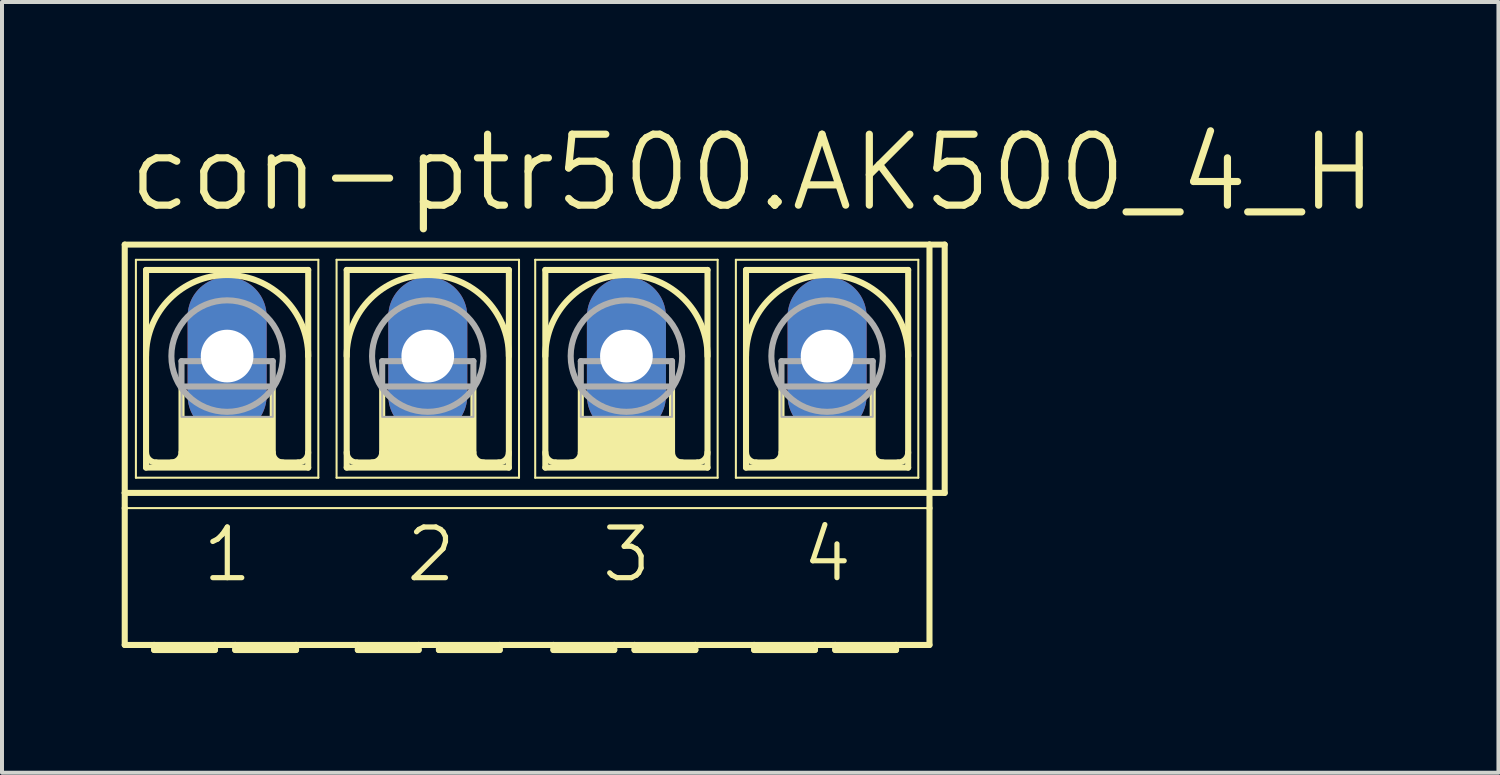
<source format=kicad_pcb>
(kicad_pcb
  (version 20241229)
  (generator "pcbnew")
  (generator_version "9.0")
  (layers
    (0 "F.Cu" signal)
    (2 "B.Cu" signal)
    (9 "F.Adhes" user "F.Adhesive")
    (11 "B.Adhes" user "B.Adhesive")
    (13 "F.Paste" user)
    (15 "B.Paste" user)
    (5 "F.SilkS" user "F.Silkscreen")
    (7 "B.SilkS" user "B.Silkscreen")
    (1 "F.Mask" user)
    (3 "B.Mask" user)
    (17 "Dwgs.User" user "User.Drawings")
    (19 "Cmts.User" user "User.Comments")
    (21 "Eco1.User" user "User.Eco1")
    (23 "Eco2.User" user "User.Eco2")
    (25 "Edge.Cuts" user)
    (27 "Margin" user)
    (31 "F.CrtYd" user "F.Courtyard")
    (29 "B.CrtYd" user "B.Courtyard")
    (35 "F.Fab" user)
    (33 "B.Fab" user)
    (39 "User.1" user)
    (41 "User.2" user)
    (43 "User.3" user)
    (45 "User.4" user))
  (footprint "con-ptr500.AK500_4_H"
    (layer "F.Cu")
    (at 10.16 5.874)
    (property "Reference" "con-ptr500.AK500_4_H" (at -10.084 -3.556 0) (layer "F.SilkS") (effects (font (size 1.778 1.778) (thickness 0.18)) (justify left bottom)))
    (attr through_hole)
    (fp_line (start -10.084 3.429) (end -10.084 -2.794) (stroke (width 0.152) (type default)) (layer "F.SilkS"))
    (fp_line (start -10.084 3.429) (end 10.084 3.429) (stroke (width 0.152) (type default)) (layer "F.SilkS"))
    (fp_line (start -10.084 3.81) (end -10.084 3.429) (stroke (width 0.152) (type default)) (layer "F.SilkS"))
    (fp_line (start -10.084 7.239) (end -10.084 3.81) (stroke (width 0.152) (type default)) (layer "F.SilkS"))
    (fp_line (start -10.084 7.239) (end -9.347 7.239) (stroke (width 0.152) (type default)) (layer "F.SilkS"))
    (fp_line (start -9.804 -2.413) (end -9.804 3.048) (stroke (width 0.051) (type default)) (layer "F.SilkS"))
    (fp_line (start -9.804 -2.413) (end -5.232 -2.413) (stroke (width 0.051) (type default)) (layer "F.SilkS"))
    (fp_line (start -9.55 2.794) (end -9.55 -2.159) (stroke (width 0.152) (type default)) (layer "F.SilkS"))
    (fp_line (start -9.55 2.794) (end -5.486 2.794) (stroke (width 0.152) (type default)) (layer "F.SilkS"))
    (fp_line (start -9.347 7.239) (end -7.823 7.239) (stroke (width 0.152) (type default)) (layer "F.SilkS"))
    (fp_line (start -9.347 7.366) (end -9.347 7.239) (stroke (width 0.152) (type default)) (layer "F.SilkS"))
    (fp_line (start -9.347 7.366) (end -7.823 7.366) (stroke (width 0.152) (type default)) (layer "F.SilkS"))
    (fp_line (start -8.661 0.762) (end -8.661 2.413) (stroke (width 0.152) (type default)) (layer "F.SilkS"))
    (fp_line (start -7.823 7.239) (end -7.823 7.366) (stroke (width 0.152) (type default)) (layer "F.SilkS"))
    (fp_line (start -7.823 7.239) (end -7.315 7.239) (stroke (width 0.152) (type default)) (layer "F.SilkS"))
    (fp_line (start -7.315 7.239) (end -5.791 7.239) (stroke (width 0.152) (type default)) (layer "F.SilkS"))
    (fp_line (start -7.315 7.366) (end -7.315 7.239) (stroke (width 0.152) (type default)) (layer "F.SilkS"))
    (fp_line (start -7.315 7.366) (end -5.791 7.366) (stroke (width 0.152) (type default)) (layer "F.SilkS"))
    (fp_line (start -6.375 0.762) (end -6.375 2.413) (stroke (width 0.152) (type default)) (layer "F.SilkS"))
    (fp_line (start -5.791 7.239) (end -4.242 7.239) (stroke (width 0.152) (type default)) (layer "F.SilkS"))
    (fp_line (start -5.791 7.366) (end -5.791 7.239) (stroke (width 0.152) (type default)) (layer "F.SilkS"))
    (fp_line (start -5.74 2.667) (end -9.296 2.667) (stroke (width 0.152) (type default)) (layer "F.SilkS"))
    (fp_line (start -5.486 -2.159) (end -9.55 -2.159) (stroke (width 0.152) (type default)) (layer "F.SilkS"))
    (fp_line (start -5.486 -2.159) (end -5.486 2.794) (stroke (width 0.152) (type default)) (layer "F.SilkS"))
    (fp_line (start -5.232 -2.413) (end -5.232 3.048) (stroke (width 0.051) (type default)) (layer "F.SilkS"))
    (fp_line (start -5.232 3.048) (end -9.804 3.048) (stroke (width 0.051) (type default)) (layer "F.SilkS"))
    (fp_line (start -4.775 -2.413) (end -4.775 3.048) (stroke (width 0.051) (type default)) (layer "F.SilkS"))
    (fp_line (start -4.775 -2.413) (end -0.203 -2.413) (stroke (width 0.051) (type default)) (layer "F.SilkS"))
    (fp_line (start -4.521 -2.159) (end -4.521 2.794) (stroke (width 0.152) (type default)) (layer "F.SilkS"))
    (fp_line (start -4.521 2.794) (end -0.457 2.794) (stroke (width 0.152) (type default)) (layer "F.SilkS"))
    (fp_line (start -4.242 7.239) (end -2.718 7.239) (stroke (width 0.152) (type default)) (layer "F.SilkS"))
    (fp_line (start -4.242 7.366) (end -4.242 7.239) (stroke (width 0.152) (type default)) (layer "F.SilkS"))
    (fp_line (start -4.242 7.366) (end -2.718 7.366) (stroke (width 0.152) (type default)) (layer "F.SilkS"))
    (fp_line (start -3.632 0.762) (end -3.632 2.413) (stroke (width 0.152) (type default)) (layer "F.SilkS"))
    (fp_line (start -2.718 7.239) (end -2.718 7.366) (stroke (width 0.152) (type default)) (layer "F.SilkS"))
    (fp_line (start -2.718 7.239) (end -2.21 7.239) (stroke (width 0.152) (type default)) (layer "F.SilkS"))
    (fp_line (start -2.21 7.239) (end -0.686 7.239) (stroke (width 0.152) (type default)) (layer "F.SilkS"))
    (fp_line (start -2.21 7.366) (end -2.21 7.239) (stroke (width 0.152) (type default)) (layer "F.SilkS"))
    (fp_line (start -2.21 7.366) (end -0.686 7.366) (stroke (width 0.152) (type default)) (layer "F.SilkS"))
    (fp_line (start -1.346 0.762) (end -1.346 2.413) (stroke (width 0.152) (type default)) (layer "F.SilkS"))
    (fp_line (start -0.711 2.667) (end -4.267 2.667) (stroke (width 0.152) (type default)) (layer "F.SilkS"))
    (fp_line (start -0.686 7.366) (end -0.686 7.239) (stroke (width 0.152) (type default)) (layer "F.SilkS"))
    (fp_line (start -0.457 -2.159) (end -4.521 -2.159) (stroke (width 0.152) (type default)) (layer "F.SilkS"))
    (fp_line (start -0.457 2.794) (end -0.457 -2.159) (stroke (width 0.152) (type default)) (layer "F.SilkS"))
    (fp_line (start -0.203 3.048) (end -4.775 3.048) (stroke (width 0.051) (type default)) (layer "F.SilkS"))
    (fp_line (start -0.203 3.048) (end -0.203 -2.413) (stroke (width 0.051) (type default)) (layer "F.SilkS"))
    (fp_line (start 0.203 -2.413) (end 0.203 3.048) (stroke (width 0.051) (type default)) (layer "F.SilkS"))
    (fp_line (start 0.203 -2.413) (end 4.775 -2.413) (stroke (width 0.051) (type default)) (layer "F.SilkS"))
    (fp_line (start 0.457 2.794) (end 0.457 -2.159) (stroke (width 0.152) (type default)) (layer "F.SilkS"))
    (fp_line (start 0.457 2.794) (end 4.521 2.794) (stroke (width 0.152) (type default)) (layer "F.SilkS"))
    (fp_line (start 0.66 7.239) (end -0.686 7.239) (stroke (width 0.152) (type default)) (layer "F.SilkS"))
    (fp_line (start 0.66 7.239) (end 0.66 7.366) (stroke (width 0.152) (type default)) (layer "F.SilkS"))
    (fp_line (start 0.66 7.239) (end 2.184 7.239) (stroke (width 0.152) (type default)) (layer "F.SilkS"))
    (fp_line (start 0.66 7.366) (end 2.184 7.366) (stroke (width 0.152) (type default)) (layer "F.SilkS"))
    (fp_line (start 1.346 0.762) (end 1.346 2.413) (stroke (width 0.152) (type default)) (layer "F.SilkS"))
    (fp_line (start 2.184 7.239) (end 2.184 7.366) (stroke (width 0.152) (type default)) (layer "F.SilkS"))
    (fp_line (start 2.184 7.239) (end 2.692 7.239) (stroke (width 0.152) (type default)) (layer "F.SilkS"))
    (fp_line (start 2.692 7.239) (end 2.692 7.366) (stroke (width 0.152) (type default)) (layer "F.SilkS"))
    (fp_line (start 2.692 7.239) (end 4.216 7.239) (stroke (width 0.152) (type default)) (layer "F.SilkS"))
    (fp_line (start 2.692 7.366) (end 4.216 7.366) (stroke (width 0.152) (type default)) (layer "F.SilkS"))
    (fp_line (start 3.632 0.762) (end 3.632 2.413) (stroke (width 0.152) (type default)) (layer "F.SilkS"))
    (fp_line (start 4.216 7.366) (end 4.216 7.239) (stroke (width 0.152) (type default)) (layer "F.SilkS"))
    (fp_line (start 4.267 2.667) (end 0.711 2.667) (stroke (width 0.152) (type default)) (layer "F.SilkS"))
    (fp_line (start 4.521 -2.159) (end 0.457 -2.159) (stroke (width 0.152) (type default)) (layer "F.SilkS"))
    (fp_line (start 4.521 -2.159) (end 4.521 2.794) (stroke (width 0.152) (type default)) (layer "F.SilkS"))
    (fp_line (start 4.775 -2.413) (end 4.775 3.048) (stroke (width 0.051) (type default)) (layer "F.SilkS"))
    (fp_line (start 4.775 3.048) (end 0.203 3.048) (stroke (width 0.051) (type default)) (layer "F.SilkS"))
    (fp_line (start 5.232 -2.413) (end 5.232 3.048) (stroke (width 0.051) (type default)) (layer "F.SilkS"))
    (fp_line (start 5.232 -2.413) (end 9.804 -2.413) (stroke (width 0.051) (type default)) (layer "F.SilkS"))
    (fp_line (start 5.486 2.794) (end 5.486 -2.159) (stroke (width 0.152) (type default)) (layer "F.SilkS"))
    (fp_line (start 5.486 2.794) (end 9.55 2.794) (stroke (width 0.152) (type default)) (layer "F.SilkS"))
    (fp_line (start 5.69 7.239) (end 4.216 7.239) (stroke (width 0.152) (type default)) (layer "F.SilkS"))
    (fp_line (start 5.69 7.239) (end 5.69 7.366) (stroke (width 0.152) (type default)) (layer "F.SilkS"))
    (fp_line (start 5.69 7.366) (end 7.214 7.366) (stroke (width 0.152) (type default)) (layer "F.SilkS"))
    (fp_line (start 6.375 0.762) (end 6.375 2.413) (stroke (width 0.152) (type default)) (layer "F.SilkS"))
    (fp_line (start 7.214 7.239) (end 5.69 7.239) (stroke (width 0.152) (type default)) (layer "F.SilkS"))
    (fp_line (start 7.214 7.239) (end 7.214 7.366) (stroke (width 0.152) (type default)) (layer "F.SilkS"))
    (fp_line (start 7.722 7.239) (end 7.214 7.239) (stroke (width 0.152) (type default)) (layer "F.SilkS"))
    (fp_line (start 7.722 7.239) (end 7.722 7.366) (stroke (width 0.152) (type default)) (layer "F.SilkS"))
    (fp_line (start 7.722 7.366) (end 9.246 7.366) (stroke (width 0.152) (type default)) (layer "F.SilkS"))
    (fp_line (start 8.661 0.762) (end 8.661 2.413) (stroke (width 0.152) (type default)) (layer "F.SilkS"))
    (fp_line (start 9.246 7.239) (end 7.722 7.239) (stroke (width 0.152) (type default)) (layer "F.SilkS"))
    (fp_line (start 9.246 7.366) (end 9.246 7.239) (stroke (width 0.152) (type default)) (layer "F.SilkS"))
    (fp_line (start 9.296 2.667) (end 5.74 2.667) (stroke (width 0.152) (type default)) (layer "F.SilkS"))
    (fp_line (start 9.55 -2.159) (end 5.486 -2.159) (stroke (width 0.152) (type default)) (layer "F.SilkS"))
    (fp_line (start 9.55 -2.159) (end 9.55 2.794) (stroke (width 0.152) (type default)) (layer "F.SilkS"))
    (fp_line (start 9.804 -2.413) (end 9.804 3.048) (stroke (width 0.051) (type default)) (layer "F.SilkS"))
    (fp_line (start 9.804 3.048) (end 5.232 3.048) (stroke (width 0.051) (type default)) (layer "F.SilkS"))
    (fp_line (start 10.084 -2.794) (end -10.084 -2.794) (stroke (width 0.152) (type default)) (layer "F.SilkS"))
    (fp_line (start 10.084 -2.794) (end 10.084 3.429) (stroke (width 0.152) (type default)) (layer "F.SilkS"))
    (fp_line (start 10.084 3.429) (end 10.084 3.81) (stroke (width 0.152) (type default)) (layer "F.SilkS"))
    (fp_line (start 10.084 3.81) (end -10.084 3.81) (stroke (width 0.051) (type default)) (layer "F.SilkS"))
    (fp_line (start 10.084 3.81) (end 10.084 7.239) (stroke (width 0.152) (type default)) (layer "F.SilkS"))
    (fp_line (start 10.084 7.239) (end 9.246 7.239) (stroke (width 0.152) (type default)) (layer "F.SilkS"))
    (fp_line (start 10.465 -2.794) (end 10.084 -2.794) (stroke (width 0.152) (type default)) (layer "F.SilkS"))
    (fp_line (start 10.465 -2.794) (end 10.465 3.429) (stroke (width 0.152) (type default)) (layer "F.SilkS"))
    (fp_line (start 10.465 3.429) (end 10.084 3.429) (stroke (width 0.152) (type default)) (layer "F.SilkS"))
    (fp_rect (start -8.661 2.667) (end -6.375 1.524) (stroke (width 0.05) (type default)) (fill yes) (layer "F.SilkS"))
    (fp_rect (start -3.632 2.667) (end -1.346 1.524) (stroke (width 0.05) (type default)) (fill yes) (layer "F.SilkS"))
    (fp_rect (start 1.346 2.667) (end 3.632 1.524) (stroke (width 0.05) (type default)) (fill yes) (layer "F.SilkS"))
    (fp_rect (start 6.375 2.667) (end 8.661 1.524) (stroke (width 0.05) (type default)) (fill yes) (layer "F.SilkS"))
    (fp_arc (start -9.5504 0) (mid -7.5184 -2.032) (end -5.4864 0) (stroke (width 0.1524) (type default)) (layer "F.SilkS"))
    (fp_arc (start -9.2964 2.667) (mid -9.476005 2.592605) (end -9.5504 2.413) (stroke (width 0.1524) (type default)) (layer "F.SilkS"))
    (fp_arc (start -8.6614 2.413) (mid -8.735795 2.592605) (end -8.9154 2.667) (stroke (width 0.1524) (type default)) (layer "F.SilkS"))
    (fp_arc (start -6.1214 2.667) (mid -6.301005 2.592605) (end -6.3754 2.413) (stroke (width 0.1524) (type default)) (layer "F.SilkS"))
    (fp_arc (start -5.4864 2.413) (mid -5.560795 2.592605) (end -5.7404 2.667) (stroke (width 0.1524) (type default)) (layer "F.SilkS"))
    (fp_arc (start -4.5212 0) (mid -2.4892 -2.032) (end -0.4572 0) (stroke (width 0.1524) (type default)) (layer "F.SilkS"))
    (fp_arc (start -4.2672 2.667) (mid -4.446805 2.592605) (end -4.5212 2.413) (stroke (width 0.1524) (type default)) (layer "F.SilkS"))
    (fp_arc (start -3.6322 2.413) (mid -3.706595 2.592605) (end -3.8862 2.667) (stroke (width 0.1524) (type default)) (layer "F.SilkS"))
    (fp_arc (start -1.0922 2.667) (mid -1.271805 2.592605) (end -1.3462 2.413) (stroke (width 0.1524) (type default)) (layer "F.SilkS"))
    (fp_arc (start -0.4572 2.413) (mid -0.531595 2.592605) (end -0.7112 2.667) (stroke (width 0.1524) (type default)) (layer "F.SilkS"))
    (fp_arc (start 0.4572 0) (mid 2.4892 -2.032) (end 4.5212 0) (stroke (width 0.1524) (type default)) (layer "F.SilkS"))
    (fp_arc (start 0.7112 2.667) (mid 0.531595 2.592605) (end 0.4572 2.413) (stroke (width 0.1524) (type default)) (layer "F.SilkS"))
    (fp_arc (start 1.3462 2.413) (mid 1.271805 2.592605) (end 1.0922 2.667) (stroke (width 0.1524) (type default)) (layer "F.SilkS"))
    (fp_arc (start 3.8862 2.667) (mid 3.706595 2.592605) (end 3.6322 2.413) (stroke (width 0.1524) (type default)) (layer "F.SilkS"))
    (fp_arc (start 4.5212 2.413) (mid 4.446805 2.592605) (end 4.2672 2.667) (stroke (width 0.1524) (type default)) (layer "F.SilkS"))
    (fp_arc (start 5.4864 0) (mid 7.5184 -2.032) (end 9.5504 0) (stroke (width 0.1524) (type default)) (layer "F.SilkS"))
    (fp_arc (start 5.7404 2.667) (mid 5.560795 2.592605) (end 5.4864 2.413) (stroke (width 0.1524) (type default)) (layer "F.SilkS"))
    (fp_arc (start 6.3754 2.413) (mid 6.301005 2.592605) (end 6.1214 2.667) (stroke (width 0.1524) (type default)) (layer "F.SilkS"))
    (fp_arc (start 8.9154 2.667) (mid 8.735795 2.592605) (end 8.6614 2.413) (stroke (width 0.1524) (type default)) (layer "F.SilkS"))
    (fp_arc (start 9.5504 2.413) (mid 9.476005 2.592605) (end 9.2964 2.667) (stroke (width 0.1524) (type default)) (layer "F.SilkS"))
    (fp_line (start -8.661 0.127) (end -8.661 0.762) (stroke (width 0.152) (type default)) (layer "F.Fab"))
    (fp_line (start -8.661 0.127) (end -6.375 0.127) (stroke (width 0.152) (type default)) (layer "F.Fab"))
    (fp_line (start -8.661 0.762) (end -6.375 0.762) (stroke (width 0.152) (type default)) (layer "F.Fab"))
    (fp_line (start -6.375 0.127) (end -6.375 0.762) (stroke (width 0.152) (type default)) (layer "F.Fab"))
    (fp_line (start -3.632 0.127) (end -3.632 0.762) (stroke (width 0.152) (type default)) (layer "F.Fab"))
    (fp_line (start -3.632 0.127) (end -1.346 0.127) (stroke (width 0.152) (type default)) (layer "F.Fab"))
    (fp_line (start -3.632 0.762) (end -1.346 0.762) (stroke (width 0.152) (type default)) (layer "F.Fab"))
    (fp_line (start -1.346 0.127) (end -1.346 0.762) (stroke (width 0.152) (type default)) (layer "F.Fab"))
    (fp_line (start 1.346 0.127) (end 1.346 0.762) (stroke (width 0.152) (type default)) (layer "F.Fab"))
    (fp_line (start 1.346 0.127) (end 3.632 0.127) (stroke (width 0.152) (type default)) (layer "F.Fab"))
    (fp_line (start 1.346 0.762) (end 3.632 0.762) (stroke (width 0.152) (type default)) (layer "F.Fab"))
    (fp_line (start 3.632 0.127) (end 3.632 0.762) (stroke (width 0.152) (type default)) (layer "F.Fab"))
    (fp_line (start 6.375 0.127) (end 6.375 0.762) (stroke (width 0.152) (type default)) (layer "F.Fab"))
    (fp_line (start 6.375 0.127) (end 8.661 0.127) (stroke (width 0.152) (type default)) (layer "F.Fab"))
    (fp_line (start 6.375 0.762) (end 8.661 0.762) (stroke (width 0.152) (type default)) (layer "F.Fab"))
    (fp_line (start 8.661 0.127) (end 8.661 0.762) (stroke (width 0.152) (type default)) (layer "F.Fab"))
    (fp_rect (start -8.661 1.524) (end -6.375 0.762) (stroke (width 0.05) (type default)) (fill no) (layer "F.Fab"))
    (fp_rect (start -3.632 1.524) (end -1.346 0.762) (stroke (width 0.05) (type default)) (fill no) (layer "F.Fab"))
    (fp_rect (start 1.346 1.524) (end 3.632 0.762) (stroke (width 0.05) (type default)) (fill no) (layer "F.Fab"))
    (fp_rect (start 6.375 1.524) (end 8.661 0.762) (stroke (width 0.05) (type default)) (fill no) (layer "F.Fab"))
    (fp_circle (center -7.518 0) (end -6.121 0) (stroke (width 0.152) (type default)) (fill no) (layer "F.Fab"))
    (fp_circle (center -2.489 0) (end -1.092 0) (stroke (width 0.152) (type default)) (fill no) (layer "F.Fab"))
    (fp_circle (center 2.489 0) (end 3.886 0) (stroke (width 0.152) (type default)) (fill no) (layer "F.Fab"))
    (fp_circle (center 7.518 0) (end 8.915 0) (stroke (width 0.152) (type default)) (fill no) (layer "F.Fab"))
    (fp_text user "1" (at -8.204 5.715 0) (layer "F.SilkS") (effects (font (size 1.27 1.27) (thickness 0.13)) (justify left bottom)))
    (fp_text user "2" (at -3.099 5.715 0) (layer "F.SilkS") (effects (font (size 1.27 1.27) (thickness 0.13)) (justify left bottom)))
    (fp_text user "3" (at 1.803 5.715 0) (layer "F.SilkS") (effects (font (size 1.27 1.27) (thickness 0.13)) (justify left bottom)))
    (fp_text user "4" (at 6.833 5.715 0) (layer "F.SilkS") (effects (font (size 1.27 1.27) (thickness 0.13)) (justify left bottom)))
    (pad "1" thru_hole oval (at -7.518 0 90) (size 3.962 1.981) (drill 1.321) (layers "*.Cu" "*.Mask"))
    (pad "2" thru_hole oval (at -2.489 0 90) (size 3.962 1.981) (drill 1.321) (layers "*.Cu" "*.Mask"))
    (pad "3" thru_hole oval (at 2.489 0 90) (size 3.962 1.981) (drill 1.321) (layers "*.Cu" "*.Mask"))
    (pad "4" thru_hole oval (at 7.518 0 90) (size 3.962 1.981) (drill 1.321) (layers "*.Cu" "*.Mask")))
  (gr_rect
    (start -3 -3)
    (end 34.503 16.316)
    (stroke (width 0.1) (type default))
    (fill no)
    (layer "Edge.Cuts")))
</source>
